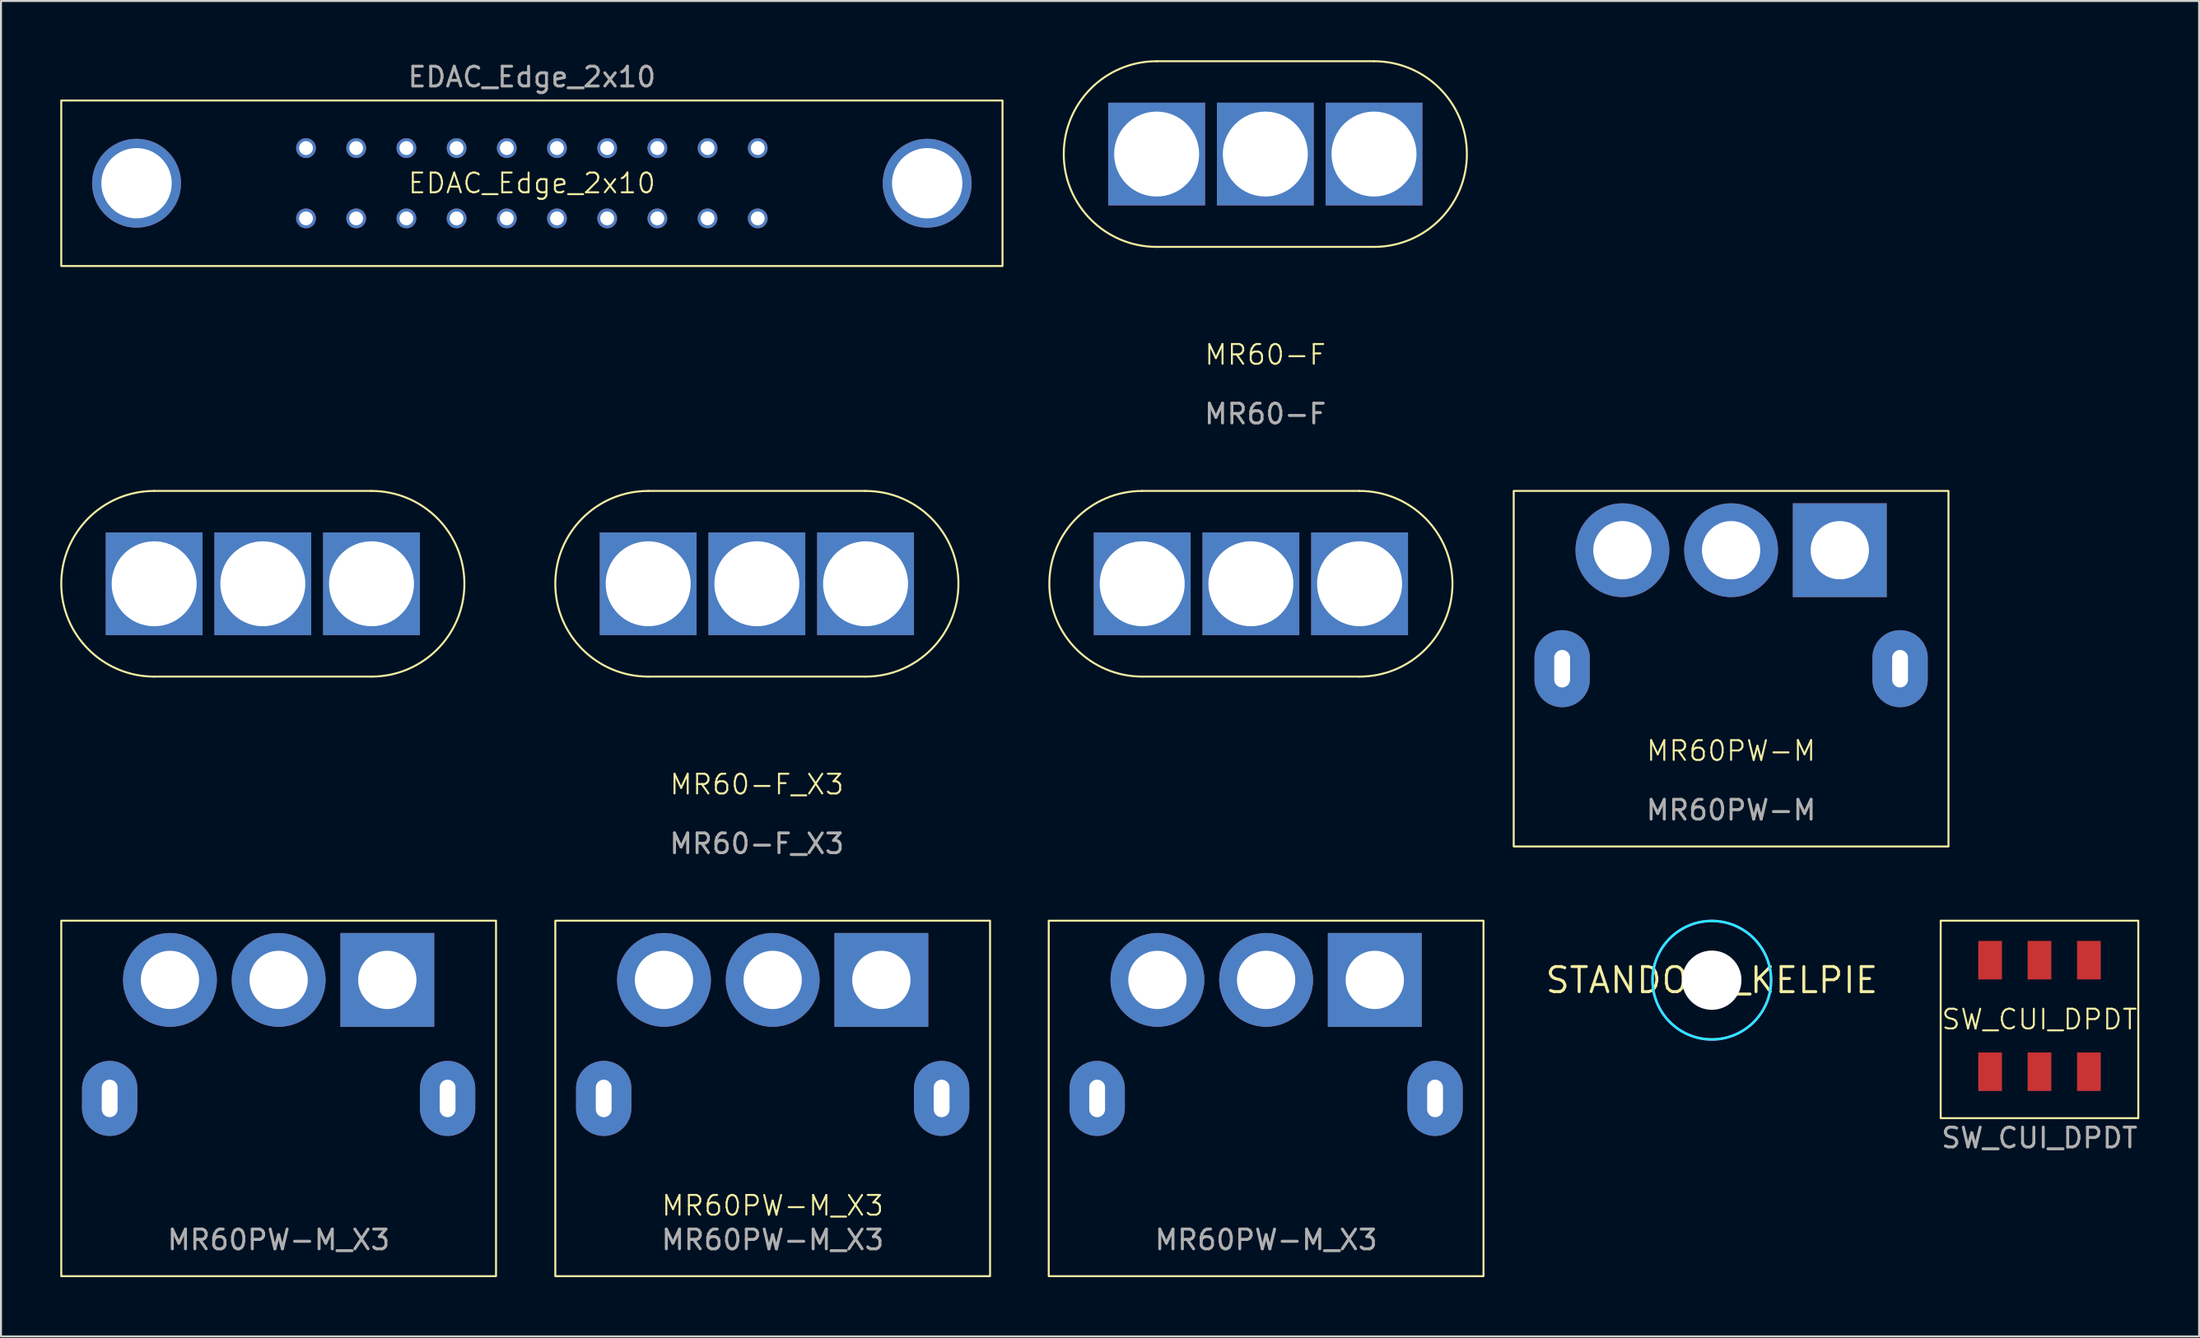
<source format=kicad_pcb>
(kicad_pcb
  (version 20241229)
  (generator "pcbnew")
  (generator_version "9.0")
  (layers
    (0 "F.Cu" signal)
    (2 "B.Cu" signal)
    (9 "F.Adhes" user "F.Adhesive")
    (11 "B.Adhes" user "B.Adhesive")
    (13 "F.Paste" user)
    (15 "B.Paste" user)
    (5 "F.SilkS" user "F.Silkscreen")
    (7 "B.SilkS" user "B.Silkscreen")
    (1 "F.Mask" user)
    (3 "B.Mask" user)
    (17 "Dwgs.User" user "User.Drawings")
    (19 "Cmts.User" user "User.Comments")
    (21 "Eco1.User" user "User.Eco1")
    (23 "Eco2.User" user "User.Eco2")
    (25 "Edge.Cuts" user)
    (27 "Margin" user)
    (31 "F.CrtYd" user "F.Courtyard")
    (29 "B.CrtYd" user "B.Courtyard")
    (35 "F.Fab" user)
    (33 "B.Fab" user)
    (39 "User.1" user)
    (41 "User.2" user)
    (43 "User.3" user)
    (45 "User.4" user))
  (footprint "SW_CUI_DPDT"
    (layer "F.Cu")
    (at 100.156 48.566)
    (property "Reference" "SW_CUI_DPDT" (at 0 0 0) (unlocked yes) (layer "F.SilkS") (effects (font (size 1 1) (thickness 0.1))))
    (attr smd)
    (fp_rect (start -5 -5) (end 5 5) (stroke (width 0.1) (type default)) (fill no) (layer "F.SilkS"))
    (fp_text user "${REFERENCE}" (at 0 6 0) (unlocked yes) (layer "F.Fab") (effects (font (size 1 1) (thickness 0.15))))
    (pad "1" smd rect (at -2.5 -3 180) (size 1.2 1.95) (layers "F.Cu" "F.Mask" "F.Paste"))
    (pad "2" smd rect (at 0 -3 180) (size 1.2 1.95) (layers "F.Cu" "F.Mask" "F.Paste"))
    (pad "3" smd rect (at 2.5 -3 180) (size 1.2 1.95) (layers "F.Cu" "F.Mask" "F.Paste"))
    (pad "4" smd rect (at -2.5 2.65 180) (size 1.2 1.95) (layers "F.Cu" "F.Mask" "F.Paste"))
    (pad "5" smd rect (at 0 2.65 180) (size 1.2 1.95) (layers "F.Cu" "F.Mask" "F.Paste"))
    (pad "6" smd rect (at 2.5 2.65 180) (size 1.2 1.95) (layers "F.Cu" "F.Mask" "F.Paste")))
  (footprint "MR60PW-M_X3"
    (layer "F.Cu")
    (at 36.05 46.566)
    (property "Reference" "MR60PW-M_X3" (at 0 11.43 0) (unlocked yes) (layer "F.SilkS") (effects (font (size 1 1) (thickness 0.1))))
    (attr through_hole)
    (fp_rect (start -36 -3) (end -14 15) (stroke (width 0.1) (type default)) (fill no) (layer "F.SilkS"))
    (fp_rect (start -11 -3) (end 11 15) (stroke (width 0.1) (type default)) (fill no) (layer "F.SilkS"))
    (fp_rect (start 13.97 -3) (end 35.97 15) (stroke (width 0.1) (type default)) (fill no) (layer "F.SilkS"))
    (fp_text user "${REFERENCE}" (at -25 13.16 0) (unlocked yes) (layer "F.Fab") (effects (font (size 1 1) (thickness 0.15))))
    (fp_text user "${REFERENCE}" (at 0 13.16 0) (unlocked yes) (layer "F.Fab") (effects (font (size 1 1) (thickness 0.15))))
    (fp_text user "${REFERENCE}" (at 24.97 13.16 0) (unlocked yes) (layer "F.Fab") (effects (font (size 1 1) (thickness 0.15))))
    (pad "1" thru_hole circle (at -30.5 0) (size 4.75 4.75) (drill 2.95) (layers "*.Cu" "*.Mask"))
    (pad "2" thru_hole circle (at -25 0) (size 4.75 4.75) (drill 2.95) (layers "*.Cu" "*.Mask"))
    (pad "3" thru_hole rect (at -19.5 0) (size 4.75 4.75) (drill 2.95) (layers "*.Cu" "*.Mask"))
    (pad "4" thru_hole circle (at -5.5 0) (size 4.75 4.75) (drill 2.95) (layers "*.Cu" "*.Mask"))
    (pad "5" thru_hole circle (at 0 0) (size 4.75 4.75) (drill 2.95) (layers "*.Cu" "*.Mask"))
    (pad "6" thru_hole rect (at 5.5 0) (size 4.75 4.75) (drill 2.95) (layers "*.Cu" "*.Mask"))
    (pad "7" thru_hole circle (at 19.47 0) (size 4.75 4.75) (drill 2.95) (layers "*.Cu" "*.Mask"))
    (pad "8" thru_hole circle (at 24.97 0) (size 4.75 4.75) (drill 2.95) (layers "*.Cu" "*.Mask"))
    (pad "9" thru_hole rect (at 30.47 0) (size 4.75 4.75) (drill 2.95) (layers "*.Cu" "*.Mask"))
    (pad "10" thru_hole oval (at -33.55 6) (size 2.8 3.8) (drill oval 0.8 1.9) (layers "*.Cu" "*.Mask"))
    (pad "10" thru_hole oval (at -16.45 6) (size 2.8 3.8) (drill oval 0.8 1.9) (layers "*.Cu" "*.Mask"))
    (pad "10" thru_hole oval (at -8.55 6) (size 2.8 3.8) (drill oval 0.8 1.9) (layers "*.Cu" "*.Mask"))
    (pad "10" thru_hole oval (at 8.55 6) (size 2.8 3.8) (drill oval 0.8 1.9) (layers "*.Cu" "*.Mask"))
    (pad "10" thru_hole oval (at 16.42 6) (size 2.8 3.8) (drill oval 0.8 1.9) (layers "*.Cu" "*.Mask"))
    (pad "10" thru_hole oval (at 33.52 6) (size 2.8 3.8) (drill oval 0.8 1.9) (layers "*.Cu" "*.Mask")))
  (footprint "STANDOFF_KELPIE"
    (layer "F.Cu")
    (at 83.574 46.58)
    (property "Reference" "STANDOFF_KELPIE" (at 0 0 0) (layer "F.SilkS") (effects (font (size 1.27 1.27) (thickness 0.15))))
    (fp_circle (center 0 0) (end 3 0) (stroke (width 0.127) (type solid)) (fill no) (layer "B.CrtYd"))
    (fp_circle (center 0 0) (end 3 0) (stroke (width 0.127) (type solid)) (fill no) (layer "F.CrtYd"))
    (pad "" np_thru_hole circle (at 0 0) (size 3 3) (drill 3) (layers "*.Cu" "*.Mask")))
  (footprint "EDAC_Edge_2x10"
    (layer "F.Cu")
    (at 23.865 6.228)
    (property "Reference" "EDAC_Edge_2x10" (at 0 0 0) (unlocked yes) (layer "F.SilkS") (effects (font (size 1 1) (thickness 0.1))))
    (attr smd)
    (fp_rect (start -23.815 -4.19) (end 23.815 4.19) (stroke (width 0.1) (type default)) (fill no) (layer "F.SilkS"))
    (fp_text user "${REFERENCE}" (at 0 -5.38 0) (unlocked yes) (layer "F.Fab") (effects (font (size 1 1) (thickness 0.15))))
    (pad "" np_thru_hole circle (at -20.005 0) (size 4.5 4.5) (drill 3.56) (layers "*.Cu" "*.Mask"))
    (pad "" np_thru_hole circle (at 20.005 0) (size 4.5 4.5) (drill 3.56) (layers "*.Cu" "*.Mask"))
    (pad "1" thru_hole circle (at -11.43 -1.78) (size 1 1) (drill 0.7) (layers "*.Cu" "*.Mask"))
    (pad "1" thru_hole circle (at -11.43 1.78) (size 1 1) (drill 0.7) (layers "*.Cu" "*.Mask"))
    (pad "2" thru_hole circle (at -8.89 -1.78) (size 1 1) (drill 0.7) (layers "*.Cu" "*.Mask"))
    (pad "2" thru_hole circle (at -8.89 1.78) (size 1 1) (drill 0.7) (layers "*.Cu" "*.Mask"))
    (pad "3" thru_hole circle (at -6.35 -1.78) (size 1 1) (drill 0.7) (layers "*.Cu" "*.Mask"))
    (pad "3" thru_hole circle (at -6.35 1.78) (size 1 1) (drill 0.7) (layers "*.Cu" "*.Mask"))
    (pad "4" thru_hole circle (at -3.81 -1.78) (size 1 1) (drill 0.7) (layers "*.Cu" "*.Mask"))
    (pad "4" thru_hole circle (at -3.81 1.78) (size 1 1) (drill 0.7) (layers "*.Cu" "*.Mask"))
    (pad "5" thru_hole circle (at -1.27 -1.78) (size 1 1) (drill 0.7) (layers "*.Cu" "*.Mask"))
    (pad "5" thru_hole circle (at -1.27 1.78) (size 1 1) (drill 0.7) (layers "*.Cu" "*.Mask"))
    (pad "6" thru_hole circle (at 1.27 -1.78) (size 1 1) (drill 0.7) (layers "*.Cu" "*.Mask"))
    (pad "6" thru_hole circle (at 1.27 1.78) (size 1 1) (drill 0.7) (layers "*.Cu" "*.Mask"))
    (pad "7" thru_hole circle (at 3.81 -1.78) (size 1 1) (drill 0.7) (layers "*.Cu" "*.Mask"))
    (pad "7" thru_hole circle (at 3.81 1.78) (size 1 1) (drill 0.7) (layers "*.Cu" "*.Mask"))
    (pad "8" thru_hole circle (at 6.35 -1.78) (size 1 1) (drill 0.7) (layers "*.Cu" "*.Mask"))
    (pad "8" thru_hole circle (at 6.35 1.78) (size 1 1) (drill 0.7) (layers "*.Cu" "*.Mask"))
    (pad "9" thru_hole circle (at 8.89 -1.78) (size 1 1) (drill 0.7) (layers "*.Cu" "*.Mask"))
    (pad "9" thru_hole circle (at 8.89 1.78) (size 1 1) (drill 0.7) (layers "*.Cu" "*.Mask"))
    (pad "10" thru_hole circle (at 11.43 -1.78) (size 1 1) (drill 0.7) (layers "*.Cu" "*.Mask"))
    (pad "10" thru_hole circle (at 11.43 1.78) (size 1 1) (drill 0.7) (layers "*.Cu" "*.Mask")))
  (footprint "MR60-F_X3"
    (layer "F.Cu")
    (at 35.25 26.508)
    (property "Reference" "MR60-F_X3" (at 0 10.16 0) (unlocked yes) (layer "F.SilkS") (effects (font (size 1 1) (thickness 0.1))))
    (attr through_hole)
    (fp_line (start -30.5 -4.7) (end -19.5 -4.7) (stroke (width 0.1) (type default)) (layer "F.SilkS"))
    (fp_line (start -19.5 4.7) (end -30.5 4.7) (stroke (width 0.1) (type default)) (layer "F.SilkS"))
    (fp_line (start -5.5 -4.7) (end 5.5 -4.7) (stroke (width 0.1) (type default)) (layer "F.SilkS"))
    (fp_line (start 5.5 4.7) (end -5.5 4.7) (stroke (width 0.1) (type default)) (layer "F.SilkS"))
    (fp_line (start 19.5 -4.7) (end 30.5 -4.7) (stroke (width 0.1) (type default)) (layer "F.SilkS"))
    (fp_line (start 30.5 4.7) (end 19.5 4.7) (stroke (width 0.1) (type default)) (layer "F.SilkS"))
    (fp_arc (start -30.5 4.7) (mid -35.2 0) (end -30.5 -4.7) (stroke (width 0.1) (type default)) (layer "F.SilkS"))
    (fp_arc (start -19.5 -4.7) (mid -14.8 0) (end -19.5 4.7) (stroke (width 0.1) (type default)) (layer "F.SilkS"))
    (fp_arc (start -5.5 4.7) (mid -10.2 0) (end -5.5 -4.7) (stroke (width 0.1) (type default)) (layer "F.SilkS"))
    (fp_arc (start 5.5 -4.7) (mid 10.2 0) (end 5.5 4.7) (stroke (width 0.1) (type default)) (layer "F.SilkS"))
    (fp_arc (start 19.5 4.7) (mid 14.8 0) (end 19.5 -4.7) (stroke (width 0.1) (type default)) (layer "F.SilkS"))
    (fp_arc (start 30.5 -4.7) (mid 35.2 0) (end 30.5 4.7) (stroke (width 0.1) (type default)) (layer "F.SilkS"))
    (fp_text user "${REFERENCE}" (at 0 13.16 0) (unlocked yes) (layer "F.Fab") (effects (font (size 1 1) (thickness 0.15))))
    (pad "1" thru_hole rect (at -30.5 0) (size 4.9 5.2) (drill 4.3) (layers "*.Cu" "*.Mask"))
    (pad "2" thru_hole rect (at -25 0) (size 4.9 5.2) (drill 4.3) (layers "*.Cu" "*.Mask"))
    (pad "3" thru_hole rect (at -19.5 0) (size 4.9 5.2) (drill 4.3) (layers "*.Cu" "*.Mask"))
    (pad "4" thru_hole rect (at -5.5 0) (size 4.9 5.2) (drill 4.3) (layers "*.Cu" "*.Mask"))
    (pad "5" thru_hole rect (at 0 0) (size 4.9 5.2) (drill 4.3) (layers "*.Cu" "*.Mask"))
    (pad "6" thru_hole rect (at 5.5 0) (size 4.9 5.2) (drill 4.3) (layers "*.Cu" "*.Mask"))
    (pad "7" thru_hole rect (at 19.5 0) (size 4.9 5.2) (drill 4.3) (layers "*.Cu" "*.Mask"))
    (pad "8" thru_hole rect (at 25 0) (size 4.9 5.2) (drill 4.3) (layers "*.Cu" "*.Mask"))
    (pad "9" thru_hole rect (at 30.5 0) (size 4.9 5.2) (drill 4.3) (layers "*.Cu" "*.Mask")))
  (footprint "MR60-F"
    (layer "F.Cu")
    (at 60.98 4.75)
    (property "Reference" "MR60-F" (at 0 10.16 0) (unlocked yes) (layer "F.SilkS") (effects (font (size 1 1) (thickness 0.1))))
    (attr through_hole)
    (fp_line (start -5.5 -4.7) (end 5.5 -4.7) (stroke (width 0.1) (type default)) (layer "F.SilkS"))
    (fp_line (start 5.5 4.7) (end -5.5 4.7) (stroke (width 0.1) (type default)) (layer "F.SilkS"))
    (fp_arc (start -5.5 4.7) (mid -10.2 0) (end -5.5 -4.7) (stroke (width 0.1) (type default)) (layer "F.SilkS"))
    (fp_arc (start 5.5 -4.7) (mid 10.2 0) (end 5.5 4.7) (stroke (width 0.1) (type default)) (layer "F.SilkS"))
    (fp_text user "${REFERENCE}" (at 0 13.16 0) (unlocked yes) (layer "F.Fab") (effects (font (size 1 1) (thickness 0.15))))
    (pad "1" thru_hole rect (at -5.5 0) (size 4.9 5.2) (drill 4.3) (layers "*.Cu" "*.Mask"))
    (pad "2" thru_hole rect (at 0 0) (size 4.9 5.2) (drill 4.3) (layers "*.Cu" "*.Mask"))
    (pad "3" thru_hole rect (at 5.5 0) (size 4.9 5.2) (drill 4.3) (layers "*.Cu" "*.Mask")))
  (footprint "MR60PW-M"
    (layer "F.Cu")
    (at 84.55 24.808)
    (property "Reference" "MR60PW-M" (at 0 10.16 0) (unlocked yes) (layer "F.SilkS") (effects (font (size 1 1) (thickness 0.1))))
    (attr through_hole)
    (fp_rect (start -11 -3) (end 11 15) (stroke (width 0.1) (type default)) (fill no) (layer "F.SilkS"))
    (fp_text user "${REFERENCE}" (at 0 13.16 0) (unlocked yes) (layer "F.Fab") (effects (font (size 1 1) (thickness 0.15))))
    (pad "" thru_hole oval (at -8.55 6) (size 2.8 3.9) (drill oval 0.8 1.9) (layers "*.Cu" "*.Mask"))
    (pad "" thru_hole oval (at 8.55 6) (size 2.8 3.9) (drill oval 0.8 1.9) (layers "*.Cu" "*.Mask"))
    (pad "1" thru_hole circle (at -5.5 0) (size 4.75 4.75) (drill 2.95) (layers "*.Cu" "*.Mask"))
    (pad "2" thru_hole circle (at 0 0) (size 4.75 4.75) (drill 2.95) (layers "*.Cu" "*.Mask"))
    (pad "3" thru_hole rect (at 5.5 0) (size 4.75 4.75) (drill 2.95) (layers "*.Cu" "*.Mask")))
  (gr_rect
    (start -3 -3)
    (end 108.233 64.617)
    (stroke (width 0.1) (type default))
    (fill no)
    (layer "Edge.Cuts")))
</source>
